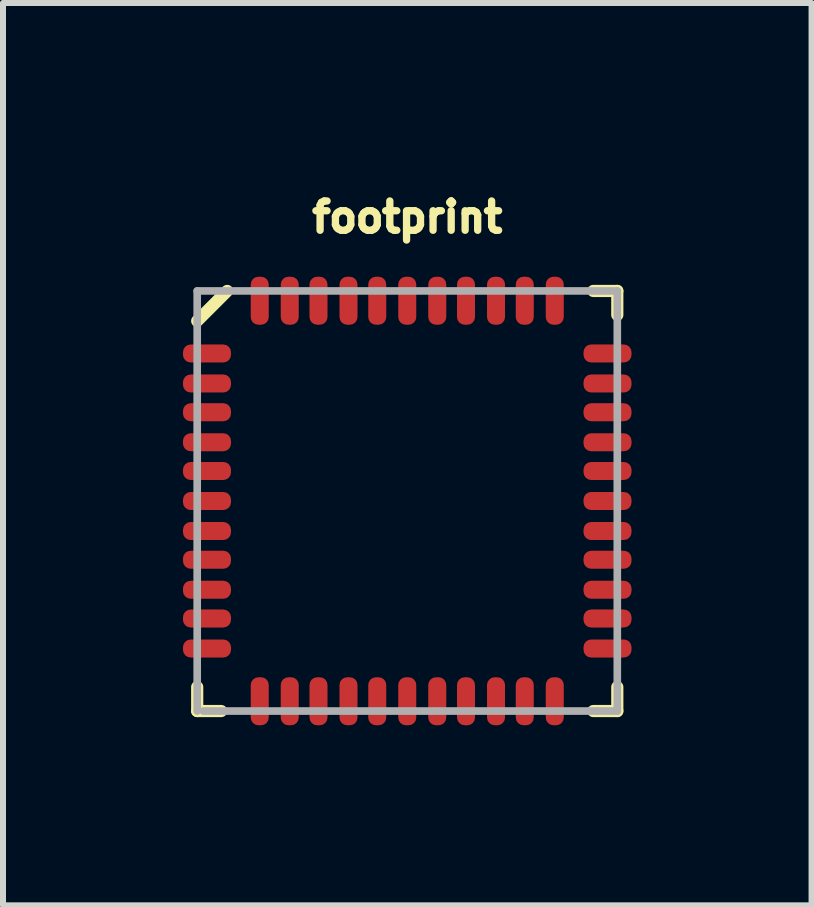
<source format=kicad_pcb>
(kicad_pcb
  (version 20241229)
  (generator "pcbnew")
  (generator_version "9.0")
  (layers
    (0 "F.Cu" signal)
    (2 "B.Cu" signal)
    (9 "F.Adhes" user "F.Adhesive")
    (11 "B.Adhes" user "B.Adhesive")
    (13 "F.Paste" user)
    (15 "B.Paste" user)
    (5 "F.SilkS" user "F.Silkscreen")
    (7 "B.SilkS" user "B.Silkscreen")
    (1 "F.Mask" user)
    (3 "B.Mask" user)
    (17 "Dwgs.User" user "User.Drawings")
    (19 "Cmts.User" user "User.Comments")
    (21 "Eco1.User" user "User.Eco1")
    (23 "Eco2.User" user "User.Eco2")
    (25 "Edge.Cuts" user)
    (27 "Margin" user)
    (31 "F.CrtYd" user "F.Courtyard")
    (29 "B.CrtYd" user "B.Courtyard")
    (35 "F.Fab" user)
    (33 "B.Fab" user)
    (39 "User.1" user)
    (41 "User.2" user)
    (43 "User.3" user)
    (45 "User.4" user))
  (footprint "footprint"
    (layer "F.Cu")
    (at 3.736 5.298)
    (property "Reference" "footprint" (at 0 -4.445 0) (layer "F.SilkS") (effects (font (size 0.488 0.488) (thickness 0.122)) (justify bottom)))
    (fp_line (start -3.5 3.5) (end -3.5 3.1) (stroke (width 0.203) (type solid)) (layer "F.SilkS"))
    (fp_line (start -3.1 3.5) (end -3.5 3.5) (stroke (width 0.203) (type solid)) (layer "F.SilkS"))
    (fp_line (start -3 -3.5) (end -3.5 -3) (stroke (width 0.203) (type solid)) (layer "F.SilkS"))
    (fp_line (start 3.1 3.5) (end 3.5 3.5) (stroke (width 0.203) (type solid)) (layer "F.SilkS"))
    (fp_line (start 3.5 -3.5) (end 3.1 -3.5) (stroke (width 0.203) (type solid)) (layer "F.SilkS"))
    (fp_line (start 3.5 -3.1) (end 3.5 -3.5) (stroke (width 0.203) (type solid)) (layer "F.SilkS"))
    (fp_line (start 3.5 3.1) (end 3.5 3.5) (stroke (width 0.203) (type solid)) (layer "F.SilkS"))
    (fp_poly (pts (xy -3.15 -2.343) (xy -3.15 -2.572) (xy -3.696 -2.572) (xy -3.696 -2.343)) (stroke (width 0) (type solid)) (fill yes) (layer "F.Paste"))
    (fp_poly (pts (xy -3.15 -1.841) (xy -3.15 -2.07) (xy -3.696 -2.07) (xy -3.696 -1.841)) (stroke (width 0) (type solid)) (fill yes) (layer "F.Paste"))
    (fp_poly (pts (xy -3.15 -1.365) (xy -3.15 -1.594) (xy -3.696 -1.594) (xy -3.696 -1.365)) (stroke (width 0) (type solid)) (fill yes) (layer "F.Paste"))
    (fp_poly (pts (xy -3.15 -0.864) (xy -3.15 -1.092) (xy -3.696 -1.092) (xy -3.696 -0.864)) (stroke (width 0) (type solid)) (fill yes) (layer "F.Paste"))
    (fp_poly (pts (xy -3.15 -0.387) (xy -3.15 -0.616) (xy -3.696 -0.616) (xy -3.696 -0.387)) (stroke (width 0) (type solid)) (fill yes) (layer "F.Paste"))
    (fp_poly (pts (xy -3.15 0.114) (xy -3.15 -0.114) (xy -3.696 -0.114) (xy -3.696 0.114)) (stroke (width 0) (type solid)) (fill yes) (layer "F.Paste"))
    (fp_poly (pts (xy -3.15 0.616) (xy -3.15 0.387) (xy -3.696 0.387) (xy -3.696 0.616)) (stroke (width 0) (type solid)) (fill yes) (layer "F.Paste"))
    (fp_poly (pts (xy -3.15 1.092) (xy -3.15 0.864) (xy -3.696 0.864) (xy -3.696 1.092)) (stroke (width 0) (type solid)) (fill yes) (layer "F.Paste"))
    (fp_poly (pts (xy -3.15 1.594) (xy -3.15 1.365) (xy -3.696 1.365) (xy -3.696 1.594)) (stroke (width 0) (type solid)) (fill yes) (layer "F.Paste"))
    (fp_poly (pts (xy -3.15 2.07) (xy -3.15 1.841) (xy -3.696 1.841) (xy -3.696 2.07)) (stroke (width 0) (type solid)) (fill yes) (layer "F.Paste"))
    (fp_poly (pts (xy -3.15 2.572) (xy -3.15 2.343) (xy -3.696 2.343) (xy -3.696 2.572)) (stroke (width 0) (type solid)) (fill yes) (layer "F.Paste"))
    (fp_poly (pts (xy -2.572 -3.15) (xy -2.343 -3.15) (xy -2.343 -3.696) (xy -2.572 -3.696)) (stroke (width 0) (type solid)) (fill yes) (layer "F.Paste"))
    (fp_poly (pts (xy -2.343 3.15) (xy -2.572 3.15) (xy -2.572 3.696) (xy -2.343 3.696)) (stroke (width 0) (type solid)) (fill yes) (layer "F.Paste"))
    (fp_poly (pts (xy -2.07 -3.15) (xy -1.841 -3.15) (xy -1.841 -3.696) (xy -2.07 -3.696)) (stroke (width 0) (type solid)) (fill yes) (layer "F.Paste"))
    (fp_poly (pts (xy -1.841 3.15) (xy -2.07 3.15) (xy -2.07 3.696) (xy -1.841 3.696)) (stroke (width 0) (type solid)) (fill yes) (layer "F.Paste"))
    (fp_poly (pts (xy -1.594 -3.15) (xy -1.365 -3.15) (xy -1.365 -3.696) (xy -1.594 -3.696)) (stroke (width 0) (type solid)) (fill yes) (layer "F.Paste"))
    (fp_poly (pts (xy -1.365 3.15) (xy -1.594 3.15) (xy -1.594 3.696) (xy -1.365 3.696)) (stroke (width 0) (type solid)) (fill yes) (layer "F.Paste"))
    (fp_poly (pts (xy -1.092 -3.15) (xy -0.864 -3.15) (xy -0.864 -3.696) (xy -1.092 -3.696)) (stroke (width 0) (type solid)) (fill yes) (layer "F.Paste"))
    (fp_poly (pts (xy -0.864 3.15) (xy -1.092 3.15) (xy -1.092 3.696) (xy -0.864 3.696)) (stroke (width 0) (type solid)) (fill yes) (layer "F.Paste"))
    (fp_poly (pts (xy -0.616 -3.15) (xy -0.387 -3.15) (xy -0.387 -3.696) (xy -0.616 -3.696)) (stroke (width 0) (type solid)) (fill yes) (layer "F.Paste"))
    (fp_poly (pts (xy -0.387 3.15) (xy -0.616 3.15) (xy -0.616 3.696) (xy -0.387 3.696)) (stroke (width 0) (type solid)) (fill yes) (layer "F.Paste"))
    (fp_poly (pts (xy -0.114 -3.15) (xy 0.114 -3.15) (xy 0.114 -3.696) (xy -0.114 -3.696)) (stroke (width 0) (type solid)) (fill yes) (layer "F.Paste"))
    (fp_poly (pts (xy 0.114 3.15) (xy -0.114 3.15) (xy -0.114 3.696) (xy 0.114 3.696)) (stroke (width 0) (type solid)) (fill yes) (layer "F.Paste"))
    (fp_poly (pts (xy 0.387 -3.15) (xy 0.616 -3.15) (xy 0.616 -3.696) (xy 0.387 -3.696)) (stroke (width 0) (type solid)) (fill yes) (layer "F.Paste"))
    (fp_poly (pts (xy 0.616 3.15) (xy 0.387 3.15) (xy 0.387 3.696) (xy 0.616 3.696)) (stroke (width 0) (type solid)) (fill yes) (layer "F.Paste"))
    (fp_poly (pts (xy 0.864 -3.15) (xy 1.092 -3.15) (xy 1.092 -3.696) (xy 0.864 -3.696)) (stroke (width 0) (type solid)) (fill yes) (layer "F.Paste"))
    (fp_poly (pts (xy 1.092 3.15) (xy 0.864 3.15) (xy 0.864 3.696) (xy 1.092 3.696)) (stroke (width 0) (type solid)) (fill yes) (layer "F.Paste"))
    (fp_poly (pts (xy 1.365 -3.15) (xy 1.594 -3.15) (xy 1.594 -3.696) (xy 1.365 -3.696)) (stroke (width 0) (type solid)) (fill yes) (layer "F.Paste"))
    (fp_poly (pts (xy 1.594 3.15) (xy 1.365 3.15) (xy 1.365 3.696) (xy 1.594 3.696)) (stroke (width 0) (type solid)) (fill yes) (layer "F.Paste"))
    (fp_poly (pts (xy 1.841 -3.15) (xy 2.07 -3.15) (xy 2.07 -3.696) (xy 1.841 -3.696)) (stroke (width 0) (type solid)) (fill yes) (layer "F.Paste"))
    (fp_poly (pts (xy 2.07 3.15) (xy 1.841 3.15) (xy 1.841 3.696) (xy 2.07 3.696)) (stroke (width 0) (type solid)) (fill yes) (layer "F.Paste"))
    (fp_poly (pts (xy 2.343 -3.15) (xy 2.572 -3.15) (xy 2.572 -3.696) (xy 2.343 -3.696)) (stroke (width 0) (type solid)) (fill yes) (layer "F.Paste"))
    (fp_poly (pts (xy 2.572 3.15) (xy 2.343 3.15) (xy 2.343 3.696) (xy 2.572 3.696)) (stroke (width 0) (type solid)) (fill yes) (layer "F.Paste"))
    (fp_poly (pts (xy 3.15 -2.572) (xy 3.15 -2.343) (xy 3.696 -2.343) (xy 3.696 -2.572)) (stroke (width 0) (type solid)) (fill yes) (layer "F.Paste"))
    (fp_poly (pts (xy 3.15 -2.07) (xy 3.15 -1.841) (xy 3.696 -1.841) (xy 3.696 -2.07)) (stroke (width 0) (type solid)) (fill yes) (layer "F.Paste"))
    (fp_poly (pts (xy 3.15 -1.594) (xy 3.15 -1.365) (xy 3.696 -1.365) (xy 3.696 -1.594)) (stroke (width 0) (type solid)) (fill yes) (layer "F.Paste"))
    (fp_poly (pts (xy 3.15 -1.092) (xy 3.15 -0.864) (xy 3.696 -0.864) (xy 3.696 -1.092)) (stroke (width 0) (type solid)) (fill yes) (layer "F.Paste"))
    (fp_poly (pts (xy 3.15 -0.616) (xy 3.15 -0.387) (xy 3.696 -0.387) (xy 3.696 -0.616)) (stroke (width 0) (type solid)) (fill yes) (layer "F.Paste"))
    (fp_poly (pts (xy 3.15 -0.114) (xy 3.15 0.114) (xy 3.696 0.114) (xy 3.696 -0.114)) (stroke (width 0) (type solid)) (fill yes) (layer "F.Paste"))
    (fp_poly (pts (xy 3.15 0.387) (xy 3.15 0.616) (xy 3.696 0.616) (xy 3.696 0.387)) (stroke (width 0) (type solid)) (fill yes) (layer "F.Paste"))
    (fp_poly (pts (xy 3.15 0.864) (xy 3.15 1.092) (xy 3.696 1.092) (xy 3.696 0.864)) (stroke (width 0) (type solid)) (fill yes) (layer "F.Paste"))
    (fp_poly (pts (xy 3.15 1.365) (xy 3.15 1.594) (xy 3.696 1.594) (xy 3.696 1.365)) (stroke (width 0) (type solid)) (fill yes) (layer "F.Paste"))
    (fp_poly (pts (xy 3.15 1.841) (xy 3.15 2.07) (xy 3.696 2.07) (xy 3.696 1.841)) (stroke (width 0) (type solid)) (fill yes) (layer "F.Paste"))
    (fp_poly (pts (xy 3.15 2.343) (xy 3.15 2.572) (xy 3.696 2.572) (xy 3.696 2.343)) (stroke (width 0) (type solid)) (fill yes) (layer "F.Paste"))
    (fp_line (start -3.5 -3.5) (end -3.5 3.5) (stroke (width 0.127) (type solid)) (layer "F.Fab"))
    (fp_line (start -3.4 3.5) (end 3.5 3.5) (stroke (width 0.127) (type solid)) (layer "F.Fab"))
    (fp_line (start 3.5 -3.5) (end -3.5 -3.5) (stroke (width 0.127) (type solid)) (layer "F.Fab"))
    (fp_line (start 3.5 3.5) (end 3.5 -3.5) (stroke (width 0.127) (type solid)) (layer "F.Fab"))
    (pad "1" smd roundrect (at -3.337 -2.458 180) (size 0.8 0.3) (layers "F.Cu" "F.Mask") (roundrect_rratio 0.425))
    (pad "2" smd roundrect (at -3.337 -1.958 180) (size 0.8 0.3) (layers "F.Cu" "F.Mask") (roundrect_rratio 0.425))
    (pad "3" smd roundrect (at -3.337 -1.479 180) (size 0.8 0.3) (layers "F.Cu" "F.Mask") (roundrect_rratio 0.425))
    (pad "4" smd roundrect (at -3.337 -0.979 180) (size 0.8 0.3) (layers "F.Cu" "F.Mask") (roundrect_rratio 0.425))
    (pad "5" smd roundrect (at -3.337 -0.5 180) (size 0.8 0.3) (layers "F.Cu" "F.Mask") (roundrect_rratio 0.425))
    (pad "6" smd roundrect (at -3.337 0 180) (size 0.8 0.3) (layers "F.Cu" "F.Mask") (roundrect_rratio 0.425))
    (pad "7" smd roundrect (at -3.337 0.5) (size 0.8 0.3) (layers "F.Cu" "F.Mask") (roundrect_rratio 0.425))
    (pad "8" smd roundrect (at -3.337 0.979) (size 0.8 0.3) (layers "F.Cu" "F.Mask") (roundrect_rratio 0.425))
    (pad "9" smd roundrect (at -3.337 1.479) (size 0.8 0.3) (layers "F.Cu" "F.Mask") (roundrect_rratio 0.425))
    (pad "10" smd roundrect (at -3.337 1.958) (size 0.8 0.3) (layers "F.Cu" "F.Mask") (roundrect_rratio 0.425))
    (pad "11" smd roundrect (at -3.337 2.458) (size 0.8 0.3) (layers "F.Cu" "F.Mask") (roundrect_rratio 0.425))
    (pad "12" smd roundrect (at -2.458 3.337 270) (size 0.8 0.3) (layers "F.Cu" "F.Mask") (roundrect_rratio 0.425))
    (pad "13" smd roundrect (at -1.958 3.337 270) (size 0.8 0.3) (layers "F.Cu" "F.Mask") (roundrect_rratio 0.425))
    (pad "14" smd roundrect (at -1.479 3.337 270) (size 0.8 0.3) (layers "F.Cu" "F.Mask") (roundrect_rratio 0.425))
    (pad "15" smd roundrect (at -0.979 3.337 270) (size 0.8 0.3) (layers "F.Cu" "F.Mask") (roundrect_rratio 0.425))
    (pad "16" smd roundrect (at -0.5 3.337 270) (size 0.8 0.3) (layers "F.Cu" "F.Mask") (roundrect_rratio 0.425))
    (pad "17" smd roundrect (at 0 3.337 270) (size 0.8 0.3) (layers "F.Cu" "F.Mask") (roundrect_rratio 0.425))
    (pad "18" smd roundrect (at 0.5 3.337 90) (size 0.8 0.3) (layers "F.Cu" "F.Mask") (roundrect_rratio 0.425))
    (pad "19" smd roundrect (at 0.979 3.337 90) (size 0.8 0.3) (layers "F.Cu" "F.Mask") (roundrect_rratio 0.425))
    (pad "20" smd roundrect (at 1.479 3.337 90) (size 0.8 0.3) (layers "F.Cu" "F.Mask") (roundrect_rratio 0.425))
    (pad "21" smd roundrect (at 1.958 3.337 90) (size 0.8 0.3) (layers "F.Cu" "F.Mask") (roundrect_rratio 0.425))
    (pad "22" smd roundrect (at 2.458 3.337 90) (size 0.8 0.3) (layers "F.Cu" "F.Mask") (roundrect_rratio 0.425))
    (pad "23" smd roundrect (at 3.337 2.458) (size 0.8 0.3) (layers "F.Cu" "F.Mask") (roundrect_rratio 0.425))
    (pad "24" smd roundrect (at 3.337 1.958) (size 0.8 0.3) (layers "F.Cu" "F.Mask") (roundrect_rratio 0.425))
    (pad "25" smd roundrect (at 3.337 1.479) (size 0.8 0.3) (layers "F.Cu" "F.Mask") (roundrect_rratio 0.425))
    (pad "26" smd roundrect (at 3.337 0.979) (size 0.8 0.3) (layers "F.Cu" "F.Mask") (roundrect_rratio 0.425))
    (pad "27" smd roundrect (at 3.337 0.5) (size 0.8 0.3) (layers "F.Cu" "F.Mask") (roundrect_rratio 0.425))
    (pad "28" smd roundrect (at 3.337 0) (size 0.8 0.3) (layers "F.Cu" "F.Mask") (roundrect_rratio 0.425))
    (pad "29" smd roundrect (at 3.337 -0.5 180) (size 0.8 0.3) (layers "F.Cu" "F.Mask") (roundrect_rratio 0.425))
    (pad "30" smd roundrect (at 3.337 -0.979 180) (size 0.8 0.3) (layers "F.Cu" "F.Mask") (roundrect_rratio 0.425))
    (pad "31" smd roundrect (at 3.337 -1.479 180) (size 0.8 0.3) (layers "F.Cu" "F.Mask") (roundrect_rratio 0.425))
    (pad "32" smd roundrect (at 3.337 -1.958 180) (size 0.8 0.3) (layers "F.Cu" "F.Mask") (roundrect_rratio 0.425))
    (pad "33" smd roundrect (at 3.337 -2.458 180) (size 0.8 0.3) (layers "F.Cu" "F.Mask") (roundrect_rratio 0.425))
    (pad "34" smd roundrect (at 2.458 -3.337 90) (size 0.8 0.3) (layers "F.Cu" "F.Mask") (roundrect_rratio 0.425))
    (pad "35" smd roundrect (at 1.958 -3.337 90) (size 0.8 0.3) (layers "F.Cu" "F.Mask") (roundrect_rratio 0.425))
    (pad "36" smd roundrect (at 1.479 -3.337 90) (size 0.8 0.3) (layers "F.Cu" "F.Mask") (roundrect_rratio 0.425))
    (pad "37" smd roundrect (at 0.979 -3.337 90) (size 0.8 0.3) (layers "F.Cu" "F.Mask") (roundrect_rratio 0.425))
    (pad "38" smd roundrect (at 0.5 -3.337 90) (size 0.8 0.3) (layers "F.Cu" "F.Mask") (roundrect_rratio 0.425))
    (pad "39" smd roundrect (at 0 -3.337 90) (size 0.8 0.3) (layers "F.Cu" "F.Mask") (roundrect_rratio 0.425))
    (pad "40" smd roundrect (at -0.5 -3.337 270) (size 0.8 0.3) (layers "F.Cu" "F.Mask") (roundrect_rratio 0.425))
    (pad "41" smd roundrect (at -0.979 -3.337 270) (size 0.8 0.3) (layers "F.Cu" "F.Mask") (roundrect_rratio 0.425))
    (pad "42" smd roundrect (at -1.479 -3.337 270) (size 0.8 0.3) (layers "F.Cu" "F.Mask") (roundrect_rratio 0.425))
    (pad "43" smd roundrect (at -1.958 -3.337 270) (size 0.8 0.3) (layers "F.Cu" "F.Mask") (roundrect_rratio 0.425))
    (pad "44" smd roundrect (at -2.458 -3.337 270) (size 0.8 0.3) (layers "F.Cu" "F.Mask") (roundrect_rratio 0.425)))
  (gr_rect
    (start -3 -3)
    (end 10.473 12.035)
    (stroke (width 0.1) (type default))
    (fill no)
    (layer "Edge.Cuts")))
</source>
